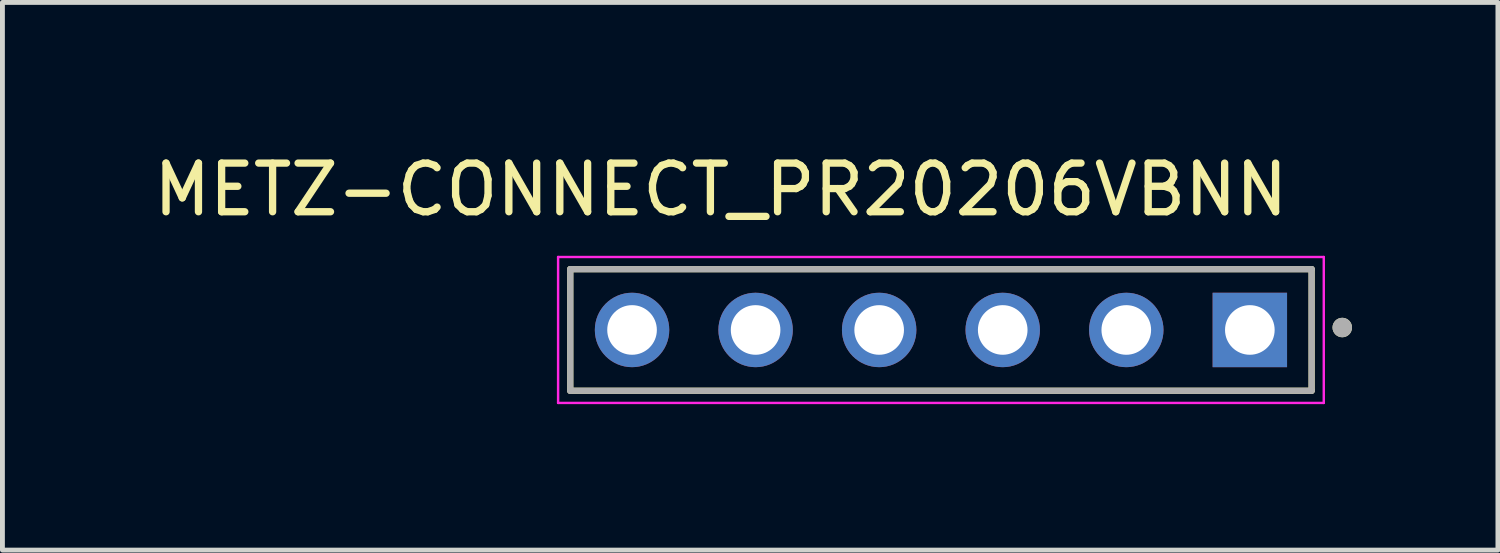
<source format=kicad_pcb>
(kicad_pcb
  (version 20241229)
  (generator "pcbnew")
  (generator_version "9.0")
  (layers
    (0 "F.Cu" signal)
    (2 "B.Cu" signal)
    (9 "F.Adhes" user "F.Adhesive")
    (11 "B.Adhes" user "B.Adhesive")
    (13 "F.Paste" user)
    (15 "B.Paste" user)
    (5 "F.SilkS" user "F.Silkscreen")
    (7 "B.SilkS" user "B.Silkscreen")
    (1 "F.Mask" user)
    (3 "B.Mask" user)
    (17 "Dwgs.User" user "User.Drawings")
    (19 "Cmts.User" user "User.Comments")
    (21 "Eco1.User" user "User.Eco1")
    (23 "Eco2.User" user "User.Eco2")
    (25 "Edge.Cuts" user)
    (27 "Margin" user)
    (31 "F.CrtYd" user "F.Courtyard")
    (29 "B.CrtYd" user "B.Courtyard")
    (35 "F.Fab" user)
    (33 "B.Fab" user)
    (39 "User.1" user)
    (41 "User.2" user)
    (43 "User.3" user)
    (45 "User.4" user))
  (footprint "METZ-CONNECT_PR20206VBNN"
    (layer "F.Cu")
    (at 16.293 3.733)
    (property "Reference" "METZ-CONNECT_PR20206VBNN" (at -4.525 -2.885 0) (layer "F.SilkS") (effects (font (size 1 1) (thickness 0.15))))
    (attr through_hole)
    (fp_line (start -7.62 1.25) (end -7.62 -1.25) (stroke (width 0.127) (type solid)) (layer "F.SilkS"))
    (fp_line (start 7.62 -1.25) (end -7.62 -1.25) (stroke (width 0.127) (type solid)) (layer "F.SilkS"))
    (fp_line (start 7.62 -1.25) (end 7.62 1.25) (stroke (width 0.127) (type solid)) (layer "F.SilkS"))
    (fp_line (start 7.62 1.25) (end -7.62 1.25) (stroke (width 0.127) (type solid)) (layer "F.SilkS"))
    (fp_circle (center 8.25 -0.05) (end 8.35 -0.05) (stroke (width 0.2) (type solid)) (fill no) (layer "F.SilkS"))
    (fp_line (start -7.87 -1.5) (end 7.87 -1.5) (stroke (width 0.05) (type solid)) (layer "F.CrtYd"))
    (fp_line (start -7.87 1.5) (end -7.87 -1.5) (stroke (width 0.05) (type solid)) (layer "F.CrtYd"))
    (fp_line (start 7.87 -1.5) (end 7.87 1.5) (stroke (width 0.05) (type solid)) (layer "F.CrtYd"))
    (fp_line (start 7.87 1.5) (end -7.87 1.5) (stroke (width 0.05) (type solid)) (layer "F.CrtYd"))
    (fp_line (start -7.62 -1.25) (end 7.62 -1.25) (stroke (width 0.127) (type solid)) (layer "F.Fab"))
    (fp_line (start -7.62 1.25) (end -7.62 -1.25) (stroke (width 0.127) (type solid)) (layer "F.Fab"))
    (fp_line (start 7.62 -1.25) (end 7.62 1.25) (stroke (width 0.127) (type solid)) (layer "F.Fab"))
    (fp_line (start 7.62 1.25) (end -7.62 1.25) (stroke (width 0.127) (type solid)) (layer "F.Fab"))
    (fp_circle (center 8.25 -0.05) (end 8.35 -0.05) (stroke (width 0.2) (type solid)) (fill no) (layer "F.Fab"))
    (pad "1" thru_hole rect (at 6.35 0) (size 1.53 1.53) (drill 1.02) (layers "*.Cu" "*.Mask"))
    (pad "2" thru_hole circle (at 3.81 0) (size 1.53 1.53) (drill 1.02) (layers "*.Cu" "*.Mask"))
    (pad "3" thru_hole circle (at 1.27 0) (size 1.53 1.53) (drill 1.02) (layers "*.Cu" "*.Mask"))
    (pad "4" thru_hole circle (at -1.27 0) (size 1.53 1.53) (drill 1.02) (layers "*.Cu" "*.Mask"))
    (pad "5" thru_hole circle (at -3.81 0) (size 1.53 1.53) (drill 1.02) (layers "*.Cu" "*.Mask"))
    (pad "6" thru_hole circle (at -6.35 0) (size 1.53 1.53) (drill 1.02) (layers "*.Cu" "*.Mask")))
  (gr_rect
    (start -3 -3)
    (end 27.743 8.258)
    (stroke (width 0.1) (type default))
    (fill no)
    (layer "Edge.Cuts")))
</source>
